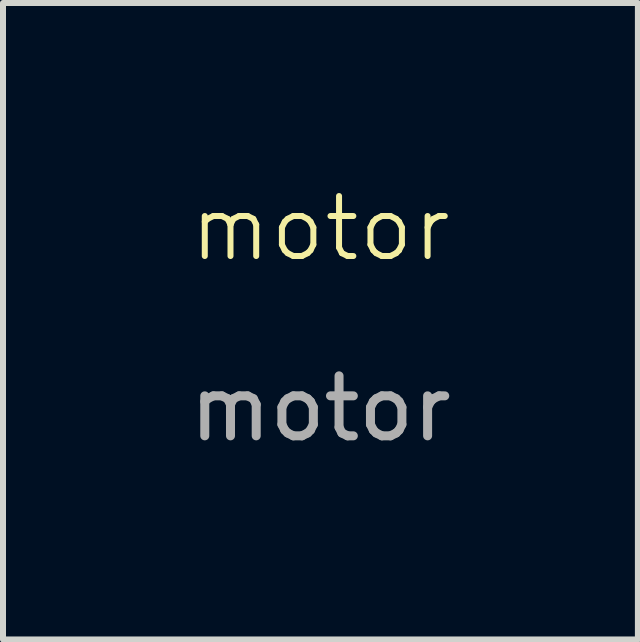
<source format=kicad_pcb>
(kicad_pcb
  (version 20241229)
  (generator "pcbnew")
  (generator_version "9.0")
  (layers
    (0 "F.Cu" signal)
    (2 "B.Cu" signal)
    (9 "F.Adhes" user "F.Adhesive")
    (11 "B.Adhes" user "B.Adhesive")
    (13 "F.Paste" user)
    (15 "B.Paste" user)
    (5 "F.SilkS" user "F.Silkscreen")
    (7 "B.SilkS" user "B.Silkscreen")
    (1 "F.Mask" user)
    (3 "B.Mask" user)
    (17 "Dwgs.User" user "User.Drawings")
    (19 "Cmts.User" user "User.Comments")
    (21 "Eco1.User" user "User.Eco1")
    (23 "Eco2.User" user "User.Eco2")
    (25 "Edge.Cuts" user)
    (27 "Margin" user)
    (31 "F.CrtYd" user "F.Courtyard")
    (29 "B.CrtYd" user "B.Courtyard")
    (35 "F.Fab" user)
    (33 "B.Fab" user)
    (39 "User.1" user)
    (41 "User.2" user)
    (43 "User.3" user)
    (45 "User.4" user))
  (footprint "motor"
    (layer "F.Cu")
    (at 2.292 1.26)
    (property "Reference" "motor" (at 0 -0.5 0) (unlocked yes) (layer "F.SilkS") (effects (font (size 1 1) (thickness 0.1))))
    (attr smd)
    (fp_text user "${REFERENCE}" (at 0 2.5 0) (unlocked yes) (layer "F.Fab") (effects (font (size 1 1) (thickness 0.15)))))
  (gr_rect
    (start -3 -3)
    (end 7.583 7.609)
    (stroke (width 0.1) (type default))
    (fill no)
    (layer "Edge.Cuts")))
</source>
